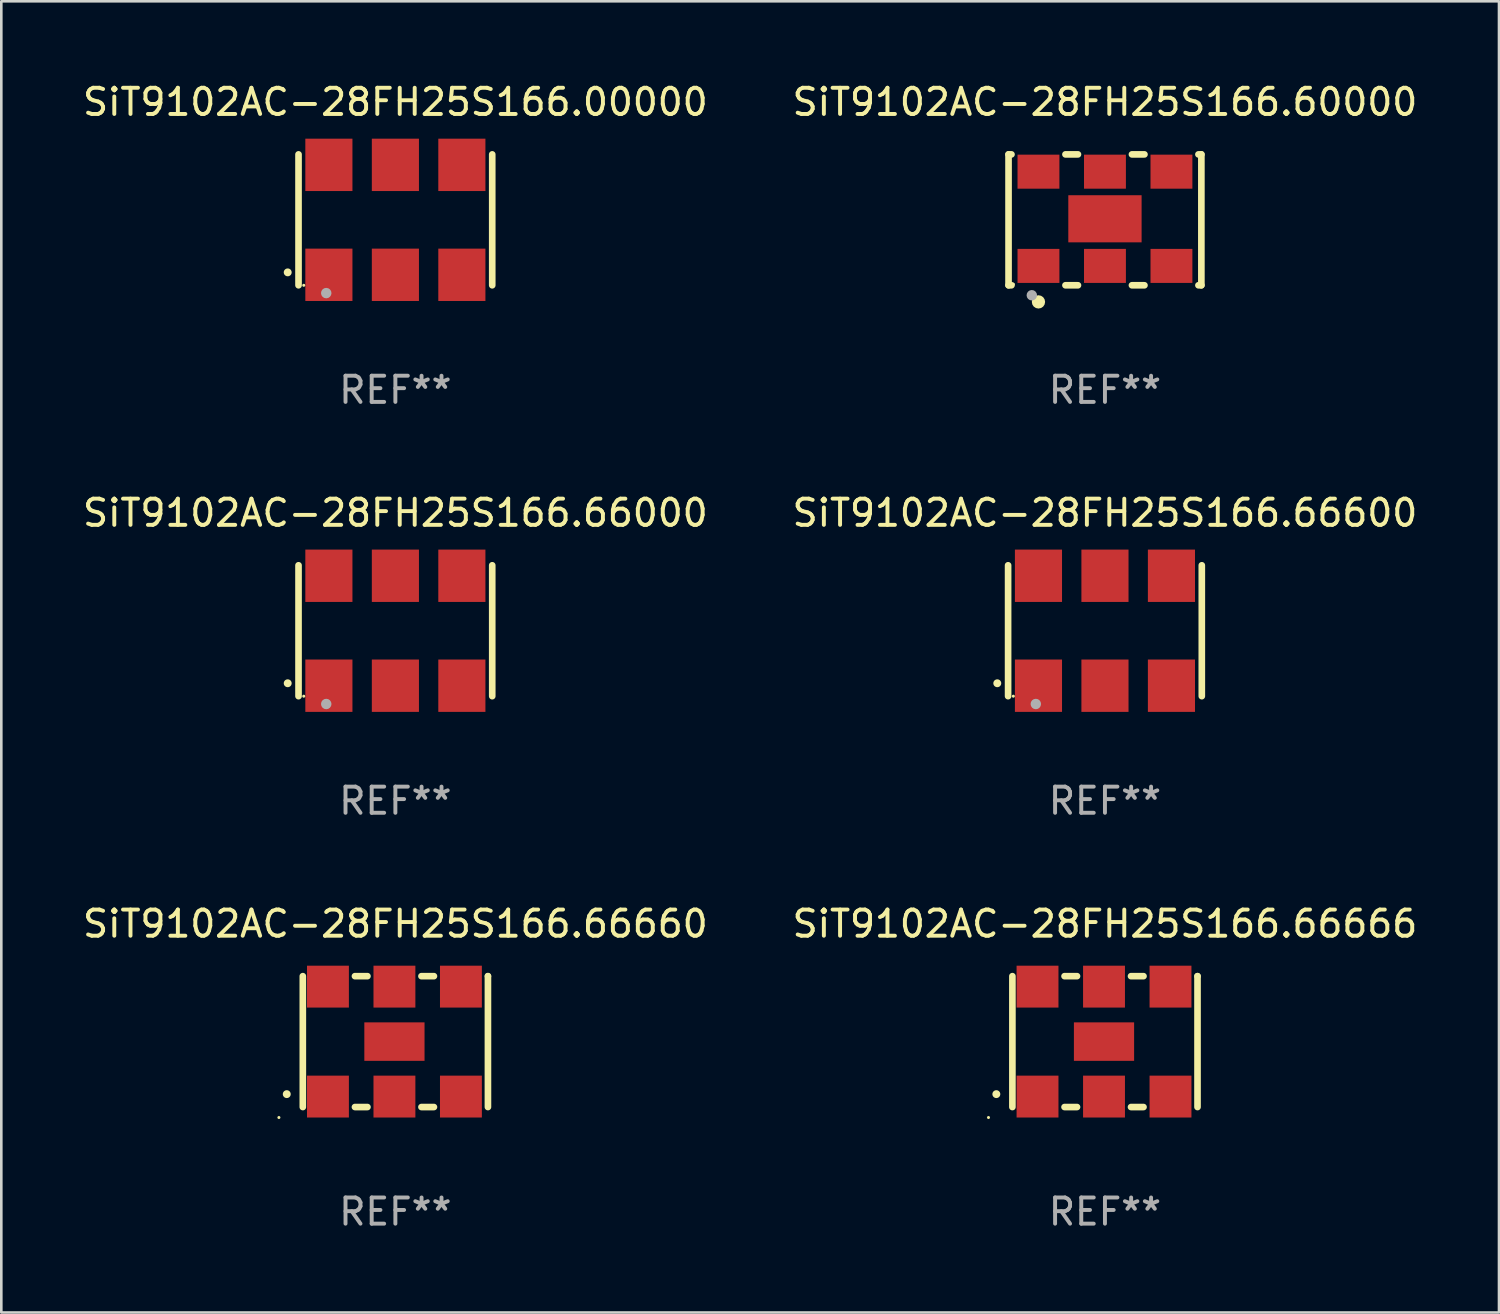
<source format=kicad_pcb>
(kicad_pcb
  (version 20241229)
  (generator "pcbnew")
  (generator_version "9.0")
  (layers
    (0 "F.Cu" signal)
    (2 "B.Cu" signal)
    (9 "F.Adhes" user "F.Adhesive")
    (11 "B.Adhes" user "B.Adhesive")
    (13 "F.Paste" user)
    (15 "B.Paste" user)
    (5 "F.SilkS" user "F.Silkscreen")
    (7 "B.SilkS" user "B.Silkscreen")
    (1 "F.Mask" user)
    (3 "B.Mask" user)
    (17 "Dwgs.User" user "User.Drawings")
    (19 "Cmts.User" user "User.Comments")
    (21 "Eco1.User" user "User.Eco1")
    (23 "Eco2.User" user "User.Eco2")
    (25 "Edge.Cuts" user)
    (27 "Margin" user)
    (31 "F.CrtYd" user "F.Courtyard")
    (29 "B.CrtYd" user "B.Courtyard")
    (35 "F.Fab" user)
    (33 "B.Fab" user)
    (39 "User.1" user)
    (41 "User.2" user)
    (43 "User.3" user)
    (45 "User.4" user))
  (footprint "SiT9102AC-28FH25S166.66660"
    (layer "F.Cu")
    (at 12.054 36.741)
    (property "Reference" "SiT9102AC-28FH25S166.66660" (at 0 -4.5 0) (layer "F.SilkS") (effects (font (size 1 1) (thickness 0.15))))
    (attr through_hole)
    (fp_line (start -3.536 -2.5) (end -3.536 2.5) (stroke (width 0.254) (type solid)) (layer "F.SilkS"))
    (fp_line (start -1.544 2.5) (end -1.067 2.5) (stroke (width 0.254) (type solid)) (layer "F.SilkS"))
    (fp_line (start -1.067 -2.5) (end -1.544 -2.5) (stroke (width 0.254) (type solid)) (layer "F.SilkS"))
    (fp_line (start 0.996 2.5) (end 1.473 2.5) (stroke (width 0.254) (type solid)) (layer "F.SilkS"))
    (fp_line (start 1.473 -2.5) (end 0.996 -2.5) (stroke (width 0.254) (type solid)) (layer "F.SilkS"))
    (fp_line (start 3.536 -2.5) (end 3.536 -2.5) (stroke (width 0.254) (type solid)) (layer "F.SilkS"))
    (fp_line (start 3.536 2.5) (end 3.536 -2.5) (stroke (width 0.254) (type solid)) (layer "F.SilkS"))
    (fp_arc (start -4.150432 2.006604) (mid -4.149162 2.006599) (end -4.147892 2.006604) (stroke (width 0.3) (type solid)) (layer "F.SilkS"))
    (fp_circle (center -4.449 2.9) (end -4.419 2.9) (stroke (width 0.06) (type solid)) (fill no) (layer "F.SilkS"))
    (fp_text user "REF**" (at 0 6.5 0) (layer "F.Fab") (effects (font (size 1 1) (thickness 0.15))))
    (pad "1" smd rect (at -2.576 2.1) (size 1.6 1.6) (layers "F.Cu" "F.Mask" "F.Paste"))
    (pad "2" smd rect (at -0.036 2.1) (size 1.6 1.6) (layers "F.Cu" "F.Mask" "F.Paste"))
    (pad "3" smd rect (at 2.504 2.1) (size 1.6 1.6) (layers "F.Cu" "F.Mask" "F.Paste"))
    (pad "4" smd rect (at 2.504 -2.1) (size 1.6 1.6) (layers "F.Cu" "F.Mask" "F.Paste"))
    (pad "5" smd rect (at -0.036 -2.1) (size 1.6 1.6) (layers "F.Cu" "F.Mask" "F.Paste"))
    (pad "6" smd rect (at -2.576 -2.1) (size 1.6 1.6) (layers "F.Cu" "F.Mask" "F.Paste"))
    (pad "7" smd rect (at -0.036 0) (size 2.3 1.47) (layers "F.Cu" "F.Mask" "F.Paste")))
  (footprint "SiT9102AC-28FH25S166.60000"
    (layer "F.Cu")
    (at 39.161 5.348)
    (property "Reference" "SiT9102AC-28FH25S166.60000" (at 0 -4.5 0) (layer "F.SilkS") (effects (font (size 1 1) (thickness 0.15))))
    (attr through_hole)
    (fp_line (start -3.683 -2.5) (end -3.571 -2.5) (stroke (width 0.254) (type solid)) (layer "F.SilkS"))
    (fp_line (start -3.683 2.5) (end -3.683 -2.5) (stroke (width 0.254) (type solid)) (layer "F.SilkS"))
    (fp_line (start -3.683 2.5) (end -3.571 2.5) (stroke (width 0.254) (type solid)) (layer "F.SilkS"))
    (fp_line (start -1.509 -2.5) (end -1.031 -2.5) (stroke (width 0.254) (type solid)) (layer "F.SilkS"))
    (fp_line (start -1.509 2.5) (end -1.031 2.5) (stroke (width 0.254) (type solid)) (layer "F.SilkS"))
    (fp_line (start 1.031 -2.5) (end 1.509 -2.5) (stroke (width 0.254) (type solid)) (layer "F.SilkS"))
    (fp_line (start 1.031 2.5) (end 1.509 2.5) (stroke (width 0.254) (type solid)) (layer "F.SilkS"))
    (fp_line (start 3.571 -2.5) (end 3.683 -2.5) (stroke (width 0.254) (type solid)) (layer "F.SilkS"))
    (fp_line (start 3.571 2.5) (end 3.683 2.5) (stroke (width 0.254) (type solid)) (layer "F.SilkS"))
    (fp_line (start 3.683 2.5) (end 3.683 -2.5) (stroke (width 0.254) (type solid)) (layer "F.SilkS"))
    (fp_circle (center -3.5 2.46) (end -3.47 2.46) (stroke (width 0.06) (type solid)) (fill no) (layer "F.SilkS"))
    (fp_circle (center -2.54 3.135) (end -2.413 3.135) (stroke (width 0.254) (type solid)) (fill no) (layer "F.SilkS"))
    (fp_circle (center -2.794 2.881) (end -2.694 2.881) (stroke (width 0.2) (type solid)) (fill no) (layer "F.Fab"))
    (fp_text user "REF**" (at 0 6.5 0) (layer "F.Fab") (effects (font (size 1 1) (thickness 0.15))))
    (pad "1" smd rect (at -2.54 1.76) (size 1.6 1.3) (layers "F.Cu" "F.Mask" "F.Paste"))
    (pad "2" smd rect (at 0 1.76) (size 1.6 1.3) (layers "F.Cu" "F.Mask" "F.Paste"))
    (pad "3" smd rect (at 2.54 1.76) (size 1.6 1.3) (layers "F.Cu" "F.Mask" "F.Paste"))
    (pad "4" smd rect (at 2.54 -1.84) (size 1.6 1.3) (layers "F.Cu" "F.Mask" "F.Paste"))
    (pad "5" smd rect (at 0 -1.84) (size 1.6 1.3) (layers "F.Cu" "F.Mask" "F.Paste"))
    (pad "6" smd rect (at -2.54 -1.84) (size 1.6 1.3) (layers "F.Cu" "F.Mask" "F.Paste"))
    (pad "7" smd rect (at 0 -0.04) (size 2.8 1.8) (layers "F.Cu" "F.Mask" "F.Paste")))
  (footprint "SiT9102AC-28FH25S166.66666"
    (layer "F.Cu")
    (at 39.161 36.741)
    (property "Reference" "SiT9102AC-28FH25S166.66666" (at 0 -4.5 0) (layer "F.SilkS") (effects (font (size 1 1) (thickness 0.15))))
    (attr through_hole)
    (fp_line (start -3.536 -2.5) (end -3.536 2.5) (stroke (width 0.254) (type solid)) (layer "F.SilkS"))
    (fp_line (start -1.544 2.5) (end -1.067 2.5) (stroke (width 0.254) (type solid)) (layer "F.SilkS"))
    (fp_line (start -1.067 -2.5) (end -1.544 -2.5) (stroke (width 0.254) (type solid)) (layer "F.SilkS"))
    (fp_line (start 0.996 2.5) (end 1.473 2.5) (stroke (width 0.254) (type solid)) (layer "F.SilkS"))
    (fp_line (start 1.473 -2.5) (end 0.996 -2.5) (stroke (width 0.254) (type solid)) (layer "F.SilkS"))
    (fp_line (start 3.536 -2.5) (end 3.536 -2.5) (stroke (width 0.254) (type solid)) (layer "F.SilkS"))
    (fp_line (start 3.536 2.5) (end 3.536 -2.5) (stroke (width 0.254) (type solid)) (layer "F.SilkS"))
    (fp_arc (start -4.150432 2.006604) (mid -4.149162 2.006599) (end -4.147892 2.006604) (stroke (width 0.3) (type solid)) (layer "F.SilkS"))
    (fp_circle (center -4.449 2.9) (end -4.419 2.9) (stroke (width 0.06) (type solid)) (fill no) (layer "F.SilkS"))
    (fp_text user "REF**" (at 0 6.5 0) (layer "F.Fab") (effects (font (size 1 1) (thickness 0.15))))
    (pad "1" smd rect (at -2.576 2.1) (size 1.6 1.6) (layers "F.Cu" "F.Mask" "F.Paste"))
    (pad "2" smd rect (at -0.036 2.1) (size 1.6 1.6) (layers "F.Cu" "F.Mask" "F.Paste"))
    (pad "3" smd rect (at 2.504 2.1) (size 1.6 1.6) (layers "F.Cu" "F.Mask" "F.Paste"))
    (pad "4" smd rect (at 2.504 -2.1) (size 1.6 1.6) (layers "F.Cu" "F.Mask" "F.Paste"))
    (pad "5" smd rect (at -0.036 -2.1) (size 1.6 1.6) (layers "F.Cu" "F.Mask" "F.Paste"))
    (pad "6" smd rect (at -2.576 -2.1) (size 1.6 1.6) (layers "F.Cu" "F.Mask" "F.Paste"))
    (pad "7" smd rect (at -0.036 0) (size 2.3 1.47) (layers "F.Cu" "F.Mask" "F.Paste")))
  (footprint "SiT9102AC-28FH25S166.00000"
    (layer "F.Cu")
    (at 12.054 5.348)
    (property "Reference" "SiT9102AC-28FH25S166.00000" (at 0 -4.5 0) (layer "F.SilkS") (effects (font (size 1 1) (thickness 0.15))))
    (attr through_hole)
    (fp_line (start -3.7 -2.5) (end -3.7 2.5) (stroke (width 0.254) (type solid)) (layer "F.SilkS"))
    (fp_line (start 3.7 -2.5) (end 3.7 2.5) (stroke (width 0.254) (type solid)) (layer "F.SilkS"))
    (fp_arc (start -4.114415 2.006604) (mid -4.113145 2.006599) (end -4.111875 2.006604) (stroke (width 0.3) (type solid)) (layer "F.SilkS"))
    (fp_circle (center -3.5 2.501) (end -3.47 2.501) (stroke (width 0.06) (type solid)) (fill no) (layer "F.SilkS"))
    (fp_circle (center -2.641 2.799) (end -2.541 2.799) (stroke (width 0.2) (type solid)) (fill no) (layer "F.Fab"))
    (fp_text user "REF**" (at 0 6.5 0) (layer "F.Fab") (effects (font (size 1 1) (thickness 0.15))))
    (pad "1" smd rect (at -2.54 2.1) (size 1.8 2) (layers "F.Cu" "F.Mask" "F.Paste"))
    (pad "2" smd rect (at 0.000394 2.1) (size 1.8 2) (layers "F.Cu" "F.Mask" "F.Paste"))
    (pad "3" smd rect (at 2.54 2.1) (size 1.8 2) (layers "F.Cu" "F.Mask" "F.Paste"))
    (pad "4" smd rect (at 2.54 -2.1) (size 1.8 2) (layers "F.Cu" "F.Mask" "F.Paste"))
    (pad "5" smd rect (at 0.000394 -2.1) (size 1.8 2) (layers "F.Cu" "F.Mask" "F.Paste"))
    (pad "6" smd rect (at -2.54 -2.1) (size 1.8 2) (layers "F.Cu" "F.Mask" "F.Paste")))
  (footprint "SiT9102AC-28FH25S166.66600"
    (layer "F.Cu")
    (at 39.161 21.045)
    (property "Reference" "SiT9102AC-28FH25S166.66600" (at 0 -4.5 0) (layer "F.SilkS") (effects (font (size 1 1) (thickness 0.15))))
    (attr through_hole)
    (fp_line (start -3.7 -2.5) (end -3.7 2.5) (stroke (width 0.254) (type solid)) (layer "F.SilkS"))
    (fp_line (start 3.7 -2.5) (end 3.7 2.5) (stroke (width 0.254) (type solid)) (layer "F.SilkS"))
    (fp_arc (start -4.114415 2.006604) (mid -4.113145 2.006599) (end -4.111875 2.006604) (stroke (width 0.3) (type solid)) (layer "F.SilkS"))
    (fp_circle (center -3.5 2.501) (end -3.47 2.501) (stroke (width 0.06) (type solid)) (fill no) (layer "F.SilkS"))
    (fp_circle (center -2.641 2.799) (end -2.541 2.799) (stroke (width 0.2) (type solid)) (fill no) (layer "F.Fab"))
    (fp_text user "REF**" (at 0 6.5 0) (layer "F.Fab") (effects (font (size 1 1) (thickness 0.15))))
    (pad "1" smd rect (at -2.54 2.1) (size 1.8 2) (layers "F.Cu" "F.Mask" "F.Paste"))
    (pad "2" smd rect (at 0.000394 2.1) (size 1.8 2) (layers "F.Cu" "F.Mask" "F.Paste"))
    (pad "3" smd rect (at 2.54 2.1) (size 1.8 2) (layers "F.Cu" "F.Mask" "F.Paste"))
    (pad "4" smd rect (at 2.54 -2.1) (size 1.8 2) (layers "F.Cu" "F.Mask" "F.Paste"))
    (pad "5" smd rect (at 0.000394 -2.1) (size 1.8 2) (layers "F.Cu" "F.Mask" "F.Paste"))
    (pad "6" smd rect (at -2.54 -2.1) (size 1.8 2) (layers "F.Cu" "F.Mask" "F.Paste")))
  (footprint "SiT9102AC-28FH25S166.66000"
    (layer "F.Cu")
    (at 12.054 21.045)
    (property "Reference" "SiT9102AC-28FH25S166.66000" (at 0 -4.5 0) (layer "F.SilkS") (effects (font (size 1 1) (thickness 0.15))))
    (attr through_hole)
    (fp_line (start -3.7 -2.5) (end -3.7 2.5) (stroke (width 0.254) (type solid)) (layer "F.SilkS"))
    (fp_line (start 3.7 -2.5) (end 3.7 2.5) (stroke (width 0.254) (type solid)) (layer "F.SilkS"))
    (fp_arc (start -4.114415 2.006604) (mid -4.113145 2.006599) (end -4.111875 2.006604) (stroke (width 0.3) (type solid)) (layer "F.SilkS"))
    (fp_circle (center -3.5 2.501) (end -3.47 2.501) (stroke (width 0.06) (type solid)) (fill no) (layer "F.SilkS"))
    (fp_circle (center -2.641 2.799) (end -2.541 2.799) (stroke (width 0.2) (type solid)) (fill no) (layer "F.Fab"))
    (fp_text user "REF**" (at 0 6.5 0) (layer "F.Fab") (effects (font (size 1 1) (thickness 0.15))))
    (pad "1" smd rect (at -2.54 2.1) (size 1.8 2) (layers "F.Cu" "F.Mask" "F.Paste"))
    (pad "2" smd rect (at 0.000394 2.1) (size 1.8 2) (layers "F.Cu" "F.Mask" "F.Paste"))
    (pad "3" smd rect (at 2.54 2.1) (size 1.8 2) (layers "F.Cu" "F.Mask" "F.Paste"))
    (pad "4" smd rect (at 2.54 -2.1) (size 1.8 2) (layers "F.Cu" "F.Mask" "F.Paste"))
    (pad "5" smd rect (at 0.000394 -2.1) (size 1.8 2) (layers "F.Cu" "F.Mask" "F.Paste"))
    (pad "6" smd rect (at -2.54 -2.1) (size 1.8 2) (layers "F.Cu" "F.Mask" "F.Paste")))
  (gr_rect
    (start -3 -3)
    (end 54.214 47.09)
    (stroke (width 0.1) (type default))
    (fill no)
    (layer "Edge.Cuts")))
</source>
